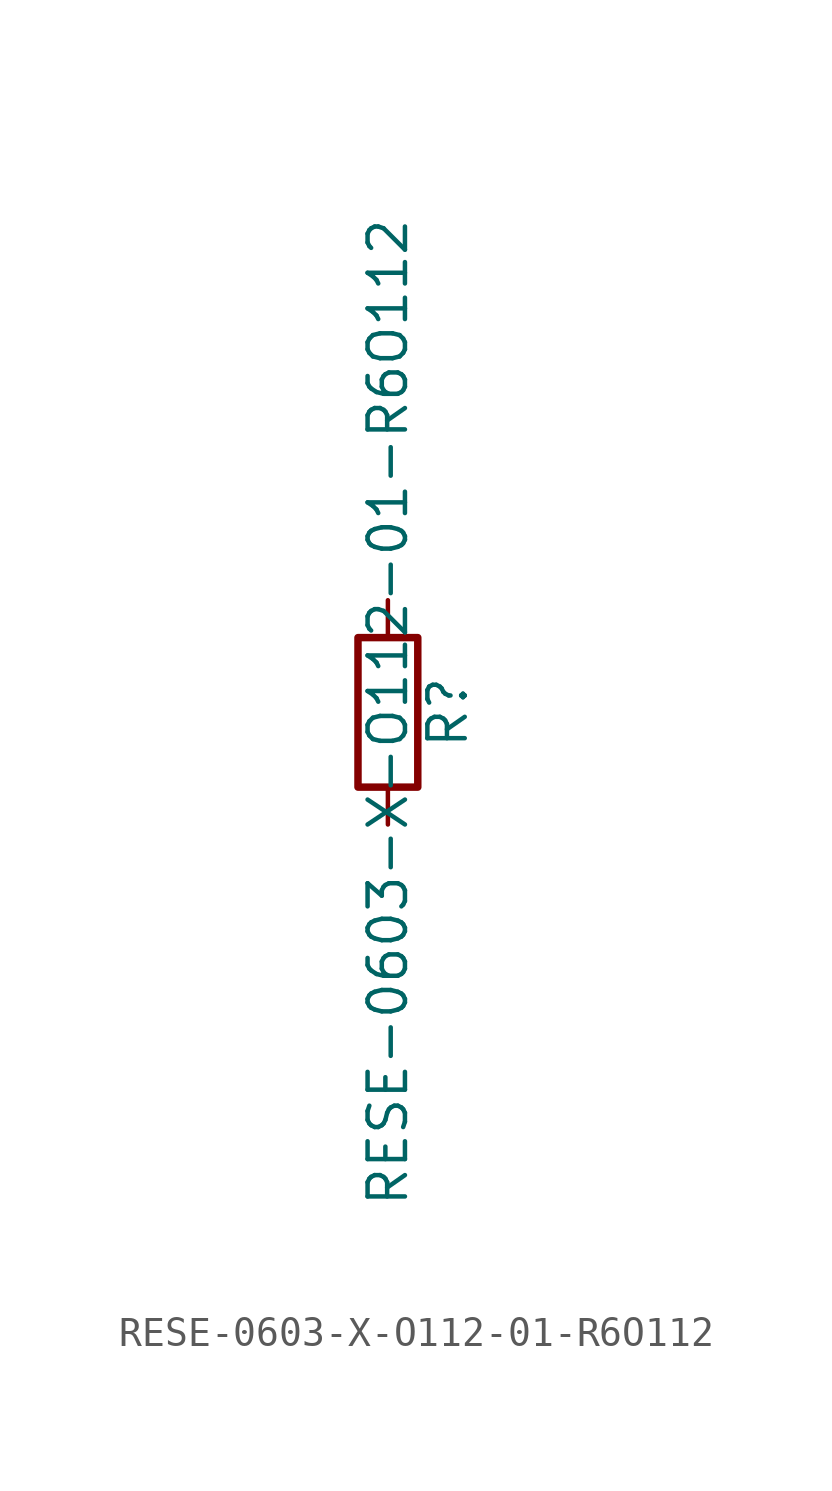
<source format=kicad_sym>
(kicad_symbol_lib
  (version 20211014)
  (generator kicad_symbol_editor)
  (symbol "RESE-0603-X-O112-01-R6O112"
    (pin_numbers hide)
    (pin_names
      (offset 0))
    (property "Reference" "R"
      (at 2.032 0 90)
      (effects (font (size 1.27 1.27))))
    (property "Value" "RESE-0603-X-O112-01-R6O112"
      (at 0 0 90)
      (effects (font (size 1.27 1.27))))
    (symbol "RESE-0603-X-O112-01-R6O112_0_1"
      (rectangle (start -1.016 -2.54) (end 1.016 2.54) (stroke (width 0.254) (type default) (color 0 0 0 0)) (fill (type none))))
    (symbol "RESE-0603-X-O112-01-R6O112_1_1"
      (pin passive line (at 0 3.81 270) (length 1.27) (name "~" (effects (font (size 1.27 1.27)))) (number "1" (effects (font (size 1.27 1.27)))))
      (pin passive line (at 0 -3.81 90) (length 1.27) (name "~" (effects (font (size 1.27 1.27)))) (number "2" (effects (font (size 1.27 1.27))))))))
</source>
